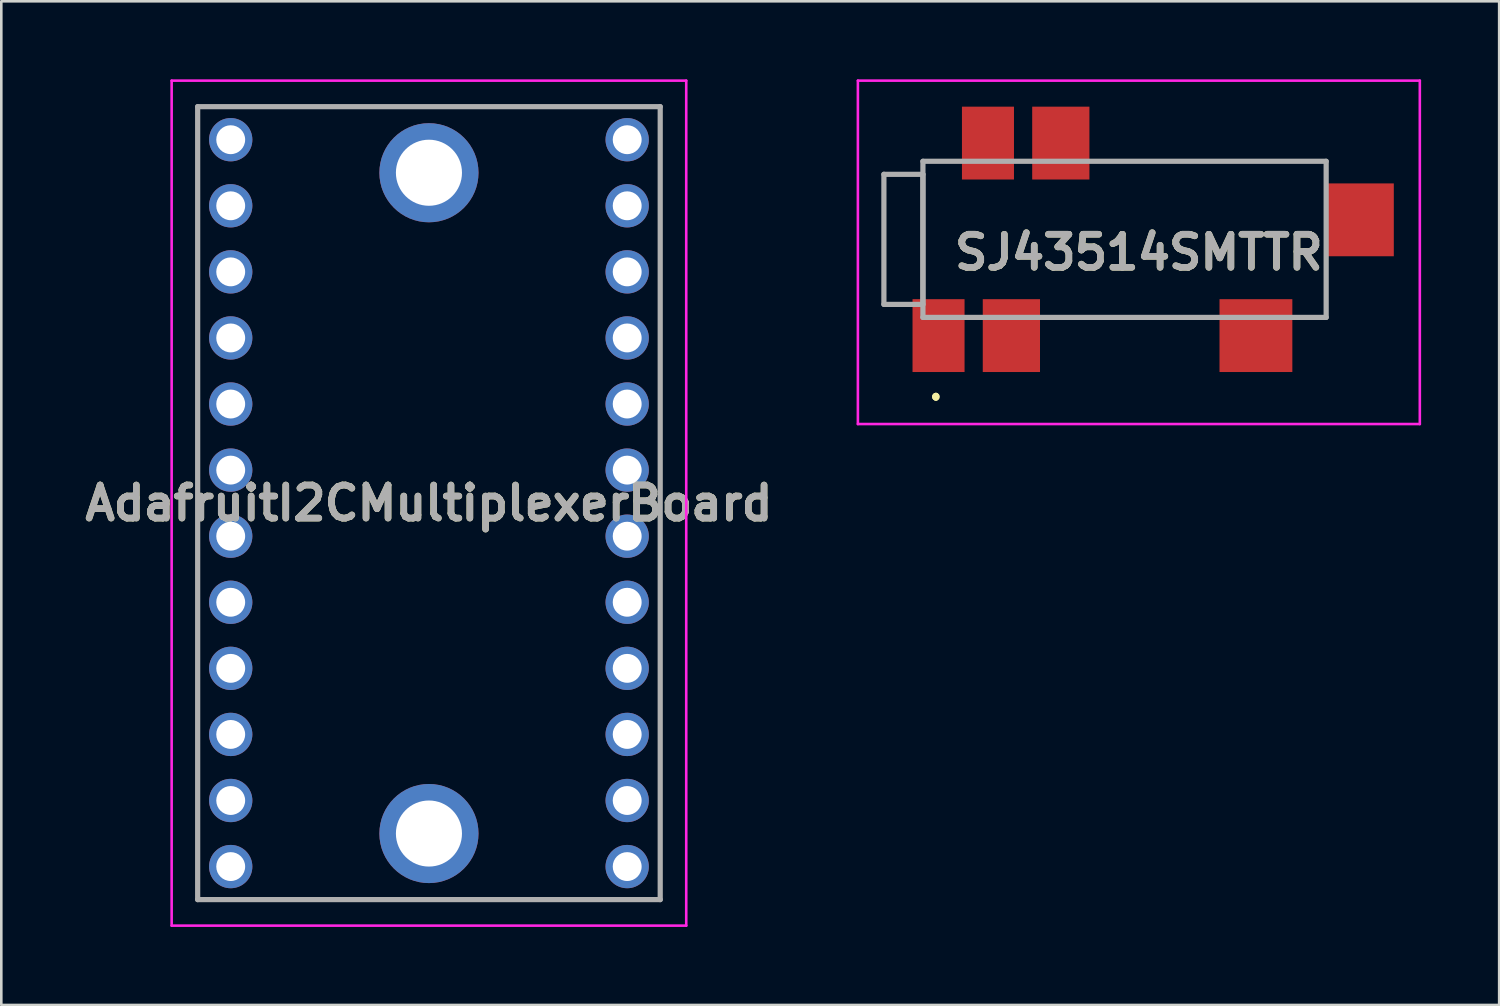
<source format=kicad_pcb>
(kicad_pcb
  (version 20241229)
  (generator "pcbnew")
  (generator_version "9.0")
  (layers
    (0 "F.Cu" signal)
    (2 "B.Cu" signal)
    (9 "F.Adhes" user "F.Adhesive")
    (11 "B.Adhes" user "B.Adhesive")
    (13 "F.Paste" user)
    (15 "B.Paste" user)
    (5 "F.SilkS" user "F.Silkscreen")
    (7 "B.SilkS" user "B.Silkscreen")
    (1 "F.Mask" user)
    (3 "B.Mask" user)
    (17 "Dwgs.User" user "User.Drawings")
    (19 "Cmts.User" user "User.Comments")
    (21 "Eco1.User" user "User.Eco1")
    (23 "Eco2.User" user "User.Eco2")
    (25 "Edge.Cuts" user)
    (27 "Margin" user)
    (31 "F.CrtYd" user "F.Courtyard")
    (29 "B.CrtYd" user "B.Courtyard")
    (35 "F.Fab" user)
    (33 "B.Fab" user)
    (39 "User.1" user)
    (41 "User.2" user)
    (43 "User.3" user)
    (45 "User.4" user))
  (footprint "SJ43514SMTTR"
    (layer "F.Cu")
    (at 40.176 6.15)
    (property "Reference" "SJ43514SMTTR" (at 0.55 0.5 0) (layer "F.SilkS") (effects (font (size 1.27 1.27) (thickness 0.254))))
    (attr through_hole)
    (fp_line (start -9.25 -2.5) (end -9.25 -2.5) (stroke (width 0.1) (type solid)) (layer "F.SilkS"))
    (fp_line (start -9.25 -2.5) (end -9.25 -2.5) (stroke (width 0.1) (type solid)) (layer "F.SilkS"))
    (fp_line (start -9.25 -2.5) (end -9.25 2.5) (stroke (width 0.1) (type solid)) (layer "F.SilkS"))
    (fp_line (start -9.25 -2.5) (end -7.75 -2.5) (stroke (width 0.1) (type solid)) (layer "F.SilkS"))
    (fp_line (start -9.25 2.5) (end -9.25 -2.5) (stroke (width 0.1) (type solid)) (layer "F.SilkS"))
    (fp_line (start -9.25 2.5) (end -9.25 2.5) (stroke (width 0.1) (type solid)) (layer "F.SilkS"))
    (fp_line (start -9.25 2.5) (end -9.25 2.5) (stroke (width 0.1) (type solid)) (layer "F.SilkS"))
    (fp_line (start -9.25 2.5) (end -8.75 2.5) (stroke (width 0.1) (type solid)) (layer "F.SilkS"))
    (fp_line (start -8.75 2.5) (end -9.25 2.5) (stroke (width 0.1) (type solid)) (layer "F.SilkS"))
    (fp_line (start -8.75 2.5) (end -8.75 2.5) (stroke (width 0.1) (type solid)) (layer "F.SilkS"))
    (fp_line (start -7.75 -3) (end -7.75 -3) (stroke (width 0.1) (type solid)) (layer "F.SilkS"))
    (fp_line (start -7.75 -3) (end -7.75 -3) (stroke (width 0.1) (type solid)) (layer "F.SilkS"))
    (fp_line (start -7.75 -3) (end -7.75 1.75) (stroke (width 0.1) (type solid)) (layer "F.SilkS"))
    (fp_line (start -7.75 -3) (end -7 -3) (stroke (width 0.1) (type solid)) (layer "F.SilkS"))
    (fp_line (start -7.75 -2.5) (end -9.25 -2.5) (stroke (width 0.1) (type solid)) (layer "F.SilkS"))
    (fp_line (start -7.75 -2.5) (end -7.75 -2.5) (stroke (width 0.1) (type solid)) (layer "F.SilkS"))
    (fp_line (start -7.75 1.75) (end -7.75 -3) (stroke (width 0.1) (type solid)) (layer "F.SilkS"))
    (fp_line (start -7.75 1.75) (end -7.75 1.75) (stroke (width 0.1) (type solid)) (layer "F.SilkS"))
    (fp_line (start -7.25 6) (end -7.25 6) (stroke (width 0.2) (type solid)) (layer "F.SilkS"))
    (fp_line (start -7.25 6) (end -7.25 6) (stroke (width 0.2) (type solid)) (layer "F.SilkS"))
    (fp_line (start -7.25 6.1) (end -7.25 6.1) (stroke (width 0.2) (type solid)) (layer "F.SilkS"))
    (fp_line (start -7 -3) (end -7.75 -3) (stroke (width 0.1) (type solid)) (layer "F.SilkS"))
    (fp_line (start -7 -3) (end -7 -3) (stroke (width 0.1) (type solid)) (layer "F.SilkS"))
    (fp_line (start -2.75 3) (end -2.75 3) (stroke (width 0.1) (type solid)) (layer "F.SilkS"))
    (fp_line (start -2.75 3) (end 3 3) (stroke (width 0.1) (type solid)) (layer "F.SilkS"))
    (fp_line (start -0.75 -3) (end -0.75 -3) (stroke (width 0.1) (type solid)) (layer "F.SilkS"))
    (fp_line (start -0.75 -3) (end 7.75 -3) (stroke (width 0.1) (type solid)) (layer "F.SilkS"))
    (fp_line (start 3 3) (end -2.75 3) (stroke (width 0.1) (type solid)) (layer "F.SilkS"))
    (fp_line (start 3 3) (end 3 3) (stroke (width 0.1) (type solid)) (layer "F.SilkS"))
    (fp_line (start 7 3) (end 7 3) (stroke (width 0.1) (type solid)) (layer "F.SilkS"))
    (fp_line (start 7 3) (end 7.75 3) (stroke (width 0.1) (type solid)) (layer "F.SilkS"))
    (fp_line (start 7.75 -3) (end -0.75 -3) (stroke (width 0.1) (type solid)) (layer "F.SilkS"))
    (fp_line (start 7.75 -3) (end 7.75 -3) (stroke (width 0.1) (type solid)) (layer "F.SilkS"))
    (fp_line (start 7.75 -3) (end 7.75 -3) (stroke (width 0.1) (type solid)) (layer "F.SilkS"))
    (fp_line (start 7.75 -3) (end 7.75 -2.75) (stroke (width 0.1) (type solid)) (layer "F.SilkS"))
    (fp_line (start 7.75 -2.75) (end 7.75 -3) (stroke (width 0.1) (type solid)) (layer "F.SilkS"))
    (fp_line (start 7.75 -2.75) (end 7.75 -2.75) (stroke (width 0.1) (type solid)) (layer "F.SilkS"))
    (fp_line (start 7.75 1.25) (end 7.75 1.25) (stroke (width 0.1) (type solid)) (layer "F.SilkS"))
    (fp_line (start 7.75 1.25) (end 7.75 3) (stroke (width 0.1) (type solid)) (layer "F.SilkS"))
    (fp_line (start 7.75 3) (end 7 3) (stroke (width 0.1) (type solid)) (layer "F.SilkS"))
    (fp_line (start 7.75 3) (end 7.75 1.25) (stroke (width 0.1) (type solid)) (layer "F.SilkS"))
    (fp_line (start 7.75 3) (end 7.75 3) (stroke (width 0.1) (type solid)) (layer "F.SilkS"))
    (fp_line (start 7.75 3) (end 7.75 3) (stroke (width 0.1) (type solid)) (layer "F.SilkS"))
    (fp_arc (start -7.25 6) (mid -7.2 6.05) (end -7.25 6.1) (stroke (width 0.2) (type solid)) (layer "F.SilkS"))
    (fp_arc (start -7.25 6.1) (mid -7.3 6.05) (end -7.25 6) (stroke (width 0.2) (type solid)) (layer "F.SilkS"))
    (fp_arc (start -7.25 6.1) (mid -7.3 6.05) (end -7.25 6) (stroke (width 0.2) (type solid)) (layer "F.SilkS"))
    (fp_line (start -10.25 -6.1) (end 11.35 -6.1) (stroke (width 0.1) (type solid)) (layer "F.CrtYd"))
    (fp_line (start -10.25 7.1) (end -10.25 -6.1) (stroke (width 0.1) (type solid)) (layer "F.CrtYd"))
    (fp_line (start 11.35 -6.1) (end 11.35 7.1) (stroke (width 0.1) (type solid)) (layer "F.CrtYd"))
    (fp_line (start 11.35 7.1) (end -10.25 7.1) (stroke (width 0.1) (type solid)) (layer "F.CrtYd"))
    (fp_line (start -9.25 -2.5) (end -7.75 -2.5) (stroke (width 0.2) (type solid)) (layer "F.Fab"))
    (fp_line (start -9.25 2.5) (end -9.25 -2.5) (stroke (width 0.2) (type solid)) (layer "F.Fab"))
    (fp_line (start -7.75 -3) (end -7.75 3) (stroke (width 0.2) (type solid)) (layer "F.Fab"))
    (fp_line (start -7.75 -2.5) (end -7.75 2.5) (stroke (width 0.2) (type solid)) (layer "F.Fab"))
    (fp_line (start -7.75 2.5) (end -9.25 2.5) (stroke (width 0.2) (type solid)) (layer "F.Fab"))
    (fp_line (start -7.75 3) (end 7.75 3) (stroke (width 0.2) (type solid)) (layer "F.Fab"))
    (fp_line (start 7.75 -3) (end -7.75 -3) (stroke (width 0.2) (type solid)) (layer "F.Fab"))
    (fp_line (start 7.75 3) (end 7.75 -3) (stroke (width 0.2) (type solid)) (layer "F.Fab"))
    (fp_text user "${REFERENCE}" (at 0.55 0.5 0) (layer "F.Fab") (effects (font (size 1.27 1.27) (thickness 0.254))))
    (pad "" np_thru_hole circle (at -3.25 0) (size 0.001 0.001) (drill 1.7) (layers "*.Cu" "*.Mask"))
    (pad "" np_thru_hole circle (at 3.75 0) (size 0.001 0.001) (drill 1.7) (layers "*.Cu" "*.Mask"))
    (pad "1" smd rect (at -7.15 3.7) (size 2 2.8) (layers "F.Cu" "F.Mask" "F.Paste"))
    (pad "2" smd rect (at 5.05 3.7 90) (size 2.8 2.8) (layers "F.Cu" "F.Mask" "F.Paste"))
    (pad "3" smd rect (at -2.45 -3.7) (size 2.2 2.8) (layers "F.Cu" "F.Mask" "F.Paste"))
    (pad "4" smd rect (at -4.35 3.7) (size 2.2 2.8) (layers "F.Cu" "F.Mask" "F.Paste"))
    (pad "5" smd rect (at 9.05 -0.75) (size 2.6 2.8) (layers "F.Cu" "F.Mask" "F.Paste"))
    (pad "6" smd rect (at -5.25 -3.7) (size 2 2.8) (layers "F.Cu" "F.Mask" "F.Paste")))
  (footprint "AdafruitI2CMultiplexerBoard"
    (layer "F.Cu")
    (at 13.438 16.29)
    (property "Reference" "AdafruitI2CMultiplexerBoard" (at 0 0 0) (layer "F.SilkS") (effects (font (size 1.27 1.27) (thickness 0.254))))
    (attr through_hole)
    (fp_line (start -8.89 -15.24) (end 8.89 -15.24) (stroke (width 0.1) (type solid)) (layer "F.SilkS"))
    (fp_line (start -8.89 15.24) (end -8.89 -15.24) (stroke (width 0.1) (type solid)) (layer "F.SilkS"))
    (fp_line (start 8.89 -15.24) (end 8.89 15.24) (stroke (width 0.1) (type solid)) (layer "F.SilkS"))
    (fp_line (start 8.89 15.24) (end -8.89 15.24) (stroke (width 0.1) (type solid)) (layer "F.SilkS"))
    (fp_line (start -9.89 -16.24) (end 9.89 -16.24) (stroke (width 0.1) (type solid)) (layer "F.CrtYd"))
    (fp_line (start -9.89 16.24) (end -9.89 -16.24) (stroke (width 0.1) (type solid)) (layer "F.CrtYd"))
    (fp_line (start 9.89 -16.24) (end 9.89 16.24) (stroke (width 0.1) (type solid)) (layer "F.CrtYd"))
    (fp_line (start 9.89 16.24) (end -9.89 16.24) (stroke (width 0.1) (type solid)) (layer "F.CrtYd"))
    (fp_line (start -8.89 -15.24) (end 8.89 -15.24) (stroke (width 0.2) (type solid)) (layer "F.Fab"))
    (fp_line (start -8.89 15.24) (end -8.89 -15.24) (stroke (width 0.2) (type solid)) (layer "F.Fab"))
    (fp_line (start 8.89 -15.24) (end 8.89 15.24) (stroke (width 0.2) (type solid)) (layer "F.Fab"))
    (fp_line (start 8.89 15.24) (end -8.89 15.24) (stroke (width 0.2) (type solid)) (layer "F.Fab"))
    (fp_text user "${REFERENCE}" (at 0 0 0) (layer "F.Fab") (effects (font (size 1.27 1.27) (thickness 0.254))))
    (pad "1" thru_hole circle (at -7.62 -13.97) (size 1.665 1.665) (drill 1.11) (layers "*.Cu" "*.Mask"))
    (pad "2" thru_hole circle (at -7.62 -11.43) (size 1.665 1.665) (drill 1.11) (layers "*.Cu" "*.Mask"))
    (pad "3" thru_hole circle (at -7.62 -8.89) (size 1.665 1.665) (drill 1.11) (layers "*.Cu" "*.Mask"))
    (pad "4" thru_hole circle (at -7.62 -6.35) (size 1.665 1.665) (drill 1.11) (layers "*.Cu" "*.Mask"))
    (pad "5" thru_hole circle (at -7.62 -3.81) (size 1.665 1.665) (drill 1.11) (layers "*.Cu" "*.Mask"))
    (pad "6" thru_hole circle (at -7.62 -1.27) (size 1.665 1.665) (drill 1.11) (layers "*.Cu" "*.Mask"))
    (pad "7" thru_hole circle (at -7.62 1.27) (size 1.665 1.665) (drill 1.11) (layers "*.Cu" "*.Mask"))
    (pad "8" thru_hole circle (at -7.62 3.81) (size 1.665 1.665) (drill 1.11) (layers "*.Cu" "*.Mask"))
    (pad "9" thru_hole circle (at -7.62 6.35) (size 1.665 1.665) (drill 1.11) (layers "*.Cu" "*.Mask"))
    (pad "10" thru_hole circle (at -7.62 8.89) (size 1.665 1.665) (drill 1.11) (layers "*.Cu" "*.Mask"))
    (pad "11" thru_hole circle (at -7.62 11.43) (size 1.665 1.665) (drill 1.11) (layers "*.Cu" "*.Mask"))
    (pad "12" thru_hole circle (at -7.62 13.97) (size 1.665 1.665) (drill 1.11) (layers "*.Cu" "*.Mask"))
    (pad "13" thru_hole circle (at 7.62 13.97) (size 1.665 1.665) (drill 1.11) (layers "*.Cu" "*.Mask"))
    (pad "14" thru_hole circle (at 7.62 11.43) (size 1.665 1.665) (drill 1.11) (layers "*.Cu" "*.Mask"))
    (pad "15" thru_hole circle (at 7.62 8.89) (size 1.665 1.665) (drill 1.11) (layers "*.Cu" "*.Mask"))
    (pad "16" thru_hole circle (at 7.62 6.35) (size 1.665 1.665) (drill 1.11) (layers "*.Cu" "*.Mask"))
    (pad "17" thru_hole circle (at 7.62 3.81) (size 1.665 1.665) (drill 1.11) (layers "*.Cu" "*.Mask"))
    (pad "18" thru_hole circle (at 7.62 1.27) (size 1.665 1.665) (drill 1.11) (layers "*.Cu" "*.Mask"))
    (pad "19" thru_hole circle (at 7.62 -1.27) (size 1.665 1.665) (drill 1.11) (layers "*.Cu" "*.Mask"))
    (pad "20" thru_hole circle (at 7.62 -3.81) (size 1.665 1.665) (drill 1.11) (layers "*.Cu" "*.Mask"))
    (pad "21" thru_hole circle (at 7.62 -6.35) (size 1.665 1.665) (drill 1.11) (layers "*.Cu" "*.Mask"))
    (pad "22" thru_hole circle (at 7.62 -8.89) (size 1.665 1.665) (drill 1.11) (layers "*.Cu" "*.Mask"))
    (pad "23" thru_hole circle (at 7.62 -11.43) (size 1.665 1.665) (drill 1.11) (layers "*.Cu" "*.Mask"))
    (pad "24" thru_hole circle (at 7.62 -13.97) (size 1.665 1.665) (drill 1.11) (layers "*.Cu" "*.Mask"))
    (pad "25" thru_hole circle (at 0 -12.7) (size 3.81 3.81) (drill 2.54) (layers "*.Cu" "*.Mask"))
    (pad "26" thru_hole circle (at 0 12.7) (size 3.81 3.81) (drill 2.54) (layers "*.Cu" "*.Mask")))
  (gr_rect
    (start -3 -3)
    (end 54.576 35.58)
    (stroke (width 0.1) (type default))
    (fill no)
    (layer "Edge.Cuts")))
</source>
